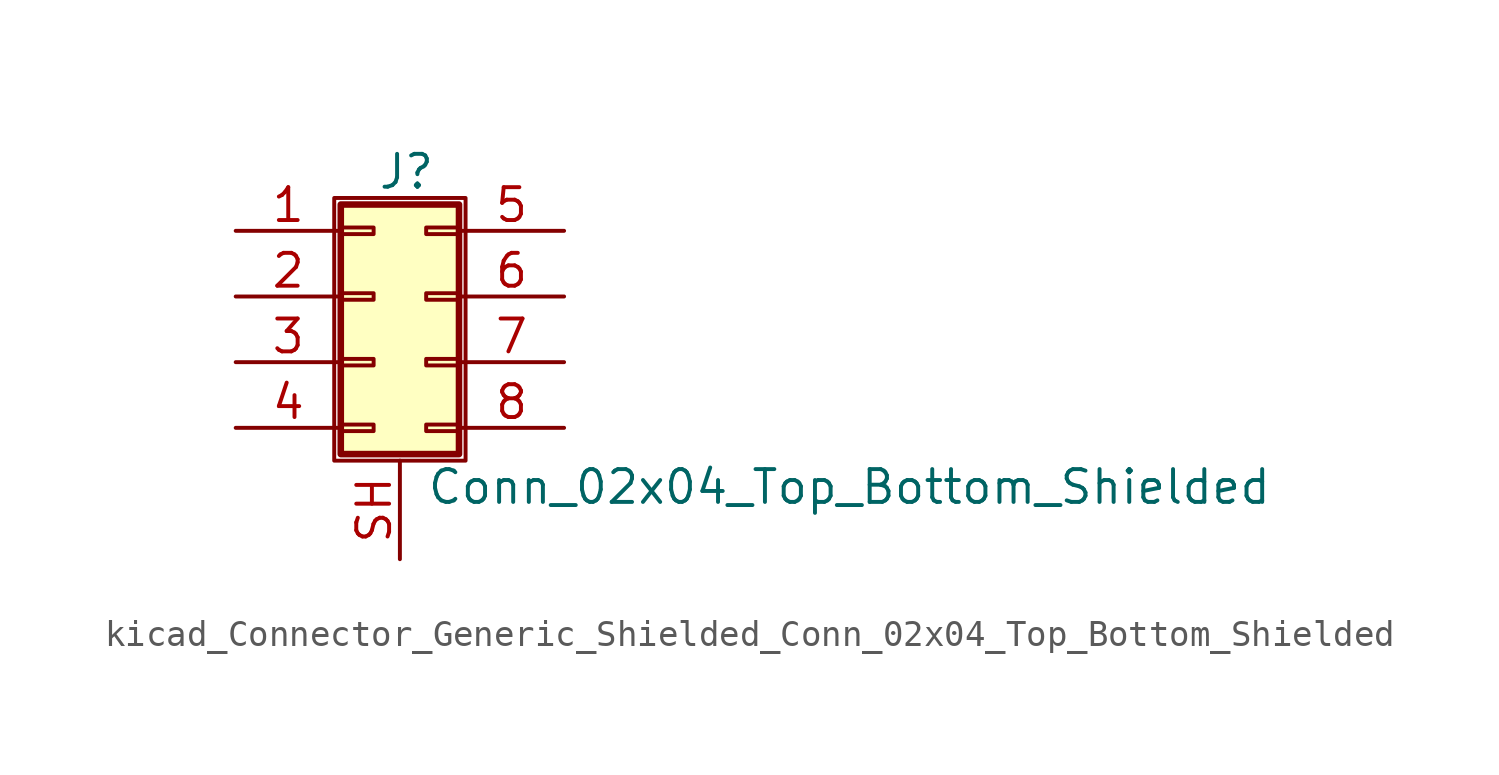
<source format=kicad_sym>
(kicad_symbol_lib
  (version 20220914)
  (generator kicad_symbol_editor)
  (symbol "kicad_Connector_Generic_Shielded_Conn_02x04_Top_Bottom_Shielded"
    (pin_names
      (offset 1.016) hide)
    (property "Reference" "J"
      (at 1.524 4.826 0)
      (effects (font (size 1.27 1.27))))
    (property "Value" "Conn_02x04_Top_Bottom_Shielded"
      (at 2.286 -7.366 0)
      (effects (font (size 1.27 1.27)) (justify left)))
    (symbol "kicad_Connector_Generic_Shielded_Conn_02x04_Top_Bottom_Shielded_1_1"
      (rectangle (start -1.27 3.81) (end 3.81 -6.35) (stroke (width 0.152) (type default)) (fill (type none)))
      (rectangle (start -1.016 -4.953) (end 0.254 -5.207) (stroke (width 0.152) (type default)) (fill (type none)))
      (rectangle (start -1.016 -2.413) (end 0.254 -2.667) (stroke (width 0.152) (type default)) (fill (type none)))
      (rectangle (start -1.016 0.127) (end 0.254 -0.127) (stroke (width 0.152) (type default)) (fill (type none)))
      (rectangle (start -1.016 2.667) (end 0.254 2.413) (stroke (width 0.152) (type default)) (fill (type none)))
      (rectangle (start -1.016 3.556) (end 3.556 -6.096) (stroke (width 0.254) (type default)) (fill (type background)))
      (rectangle (start 3.556 -4.953) (end 2.286 -5.207) (stroke (width 0.152) (type default)) (fill (type none)))
      (rectangle (start 3.556 -2.413) (end 2.286 -2.667) (stroke (width 0.152) (type default)) (fill (type none)))
      (rectangle (start 3.556 0.127) (end 2.286 -0.127) (stroke (width 0.152) (type default)) (fill (type none)))
      (rectangle (start 3.556 2.667) (end 2.286 2.413) (stroke (width 0.152) (type default)) (fill (type none)))
      (pin passive line (at -5.08 2.54 0) (length 4.064) (name "Pin_1" (effects (font (size 1.27 1.27)))) (number "1" (effects (font (size 1.27 1.27)))))
      (pin passive line (at -5.08 0 0) (length 4.064) (name "Pin_2" (effects (font (size 1.27 1.27)))) (number "2" (effects (font (size 1.27 1.27)))))
      (pin passive line (at -5.08 -2.54 0) (length 4.064) (name "Pin_3" (effects (font (size 1.27 1.27)))) (number "3" (effects (font (size 1.27 1.27)))))
      (pin passive line (at -5.08 -5.08 0) (length 4.064) (name "Pin_4" (effects (font (size 1.27 1.27)))) (number "4" (effects (font (size 1.27 1.27)))))
      (pin passive line (at 7.62 2.54 180) (length 4.064) (name "Pin_5" (effects (font (size 1.27 1.27)))) (number "5" (effects (font (size 1.27 1.27)))))
      (pin passive line (at 7.62 0 180) (length 4.064) (name "Pin_6" (effects (font (size 1.27 1.27)))) (number "6" (effects (font (size 1.27 1.27)))))
      (pin passive line (at 7.62 -2.54 180) (length 4.064) (name "Pin_7" (effects (font (size 1.27 1.27)))) (number "7" (effects (font (size 1.27 1.27)))))
      (pin passive line (at 7.62 -5.08 180) (length 4.064) (name "Pin_8" (effects (font (size 1.27 1.27)))) (number "8" (effects (font (size 1.27 1.27)))))
      (pin passive line (at 1.27 -10.16 90) (length 3.81) (name "Shield" (effects (font (size 1.27 1.27)))) (number "SH" (effects (font (size 1.27 1.27))))))))
</source>
